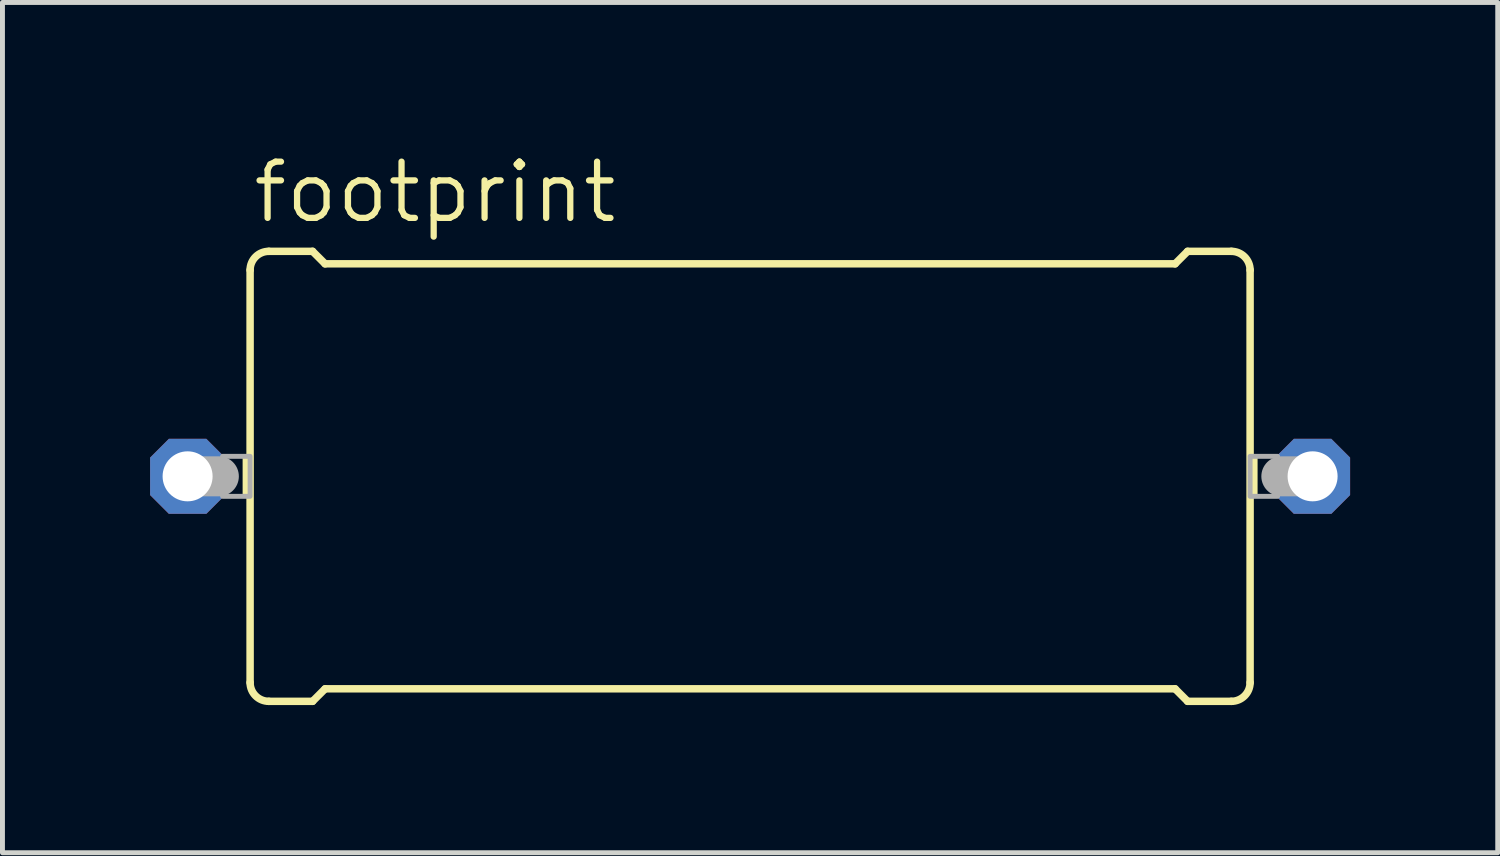
<source format=kicad_pcb>
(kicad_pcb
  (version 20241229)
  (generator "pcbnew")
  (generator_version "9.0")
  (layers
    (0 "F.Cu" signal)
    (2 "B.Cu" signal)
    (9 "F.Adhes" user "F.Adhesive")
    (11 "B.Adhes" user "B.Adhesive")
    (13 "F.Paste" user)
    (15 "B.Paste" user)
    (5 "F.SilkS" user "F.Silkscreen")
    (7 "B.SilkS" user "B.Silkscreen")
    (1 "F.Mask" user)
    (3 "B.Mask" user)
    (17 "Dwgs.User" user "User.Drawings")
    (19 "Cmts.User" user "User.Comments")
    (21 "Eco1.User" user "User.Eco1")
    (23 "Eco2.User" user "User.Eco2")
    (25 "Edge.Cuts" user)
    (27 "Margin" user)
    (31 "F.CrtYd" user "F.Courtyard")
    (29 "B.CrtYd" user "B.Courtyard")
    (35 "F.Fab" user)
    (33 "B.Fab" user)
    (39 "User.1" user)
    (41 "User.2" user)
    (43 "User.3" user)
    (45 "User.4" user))
  (footprint "footprint"
    (layer "F.Cu")
    (at 12.192 6.629)
    (property "Reference" "footprint" (at -10.16 -5.105 0) (layer "F.SilkS") (effects (font (size 1.143 1.143) (thickness 0.127)) (justify left bottom)))
    (fp_line (start -10.16 4.191) (end -10.16 -4.191) (stroke (width 0.152) (type solid)) (layer "F.SilkS"))
    (fp_line (start -9.779 -4.572) (end -8.89 -4.572) (stroke (width 0.152) (type solid)) (layer "F.SilkS"))
    (fp_line (start -9.779 4.572) (end -8.89 4.572) (stroke (width 0.152) (type solid)) (layer "F.SilkS"))
    (fp_line (start -8.636 -4.318) (end -8.89 -4.572) (stroke (width 0.152) (type solid)) (layer "F.SilkS"))
    (fp_line (start -8.636 4.318) (end -8.89 4.572) (stroke (width 0.152) (type solid)) (layer "F.SilkS"))
    (fp_line (start 8.636 -4.318) (end -8.636 -4.318) (stroke (width 0.152) (type solid)) (layer "F.SilkS"))
    (fp_line (start 8.636 -4.318) (end 8.89 -4.572) (stroke (width 0.152) (type solid)) (layer "F.SilkS"))
    (fp_line (start 8.636 4.318) (end -8.636 4.318) (stroke (width 0.152) (type solid)) (layer "F.SilkS"))
    (fp_line (start 8.636 4.318) (end 8.89 4.572) (stroke (width 0.152) (type solid)) (layer "F.SilkS"))
    (fp_line (start 9.779 -4.572) (end 8.89 -4.572) (stroke (width 0.152) (type solid)) (layer "F.SilkS"))
    (fp_line (start 9.779 4.572) (end 8.89 4.572) (stroke (width 0.152) (type solid)) (layer "F.SilkS"))
    (fp_line (start 10.16 4.191) (end 10.16 -4.191) (stroke (width 0.152) (type solid)) (layer "F.SilkS"))
    (fp_arc (start -10.16 -4.191) (mid -10.048408 -4.460408) (end -9.779 -4.572) (stroke (width 0.1524) (type solid)) (layer "F.SilkS"))
    (fp_arc (start -9.779 4.572) (mid -10.048408 4.460408) (end -10.16 4.191) (stroke (width 0.1524) (type solid)) (layer "F.SilkS"))
    (fp_arc (start 9.779 -4.572) (mid 10.048408 -4.460408) (end 10.16 -4.191) (stroke (width 0.1524) (type solid)) (layer "F.SilkS"))
    (fp_arc (start 10.16 4.191) (mid 10.048408 4.460408) (end 9.779 4.572) (stroke (width 0.1524) (type solid)) (layer "F.SilkS"))
    (fp_poly (pts (xy -10.312 0.406) (xy -10.16 0.406) (xy -10.16 -0.406) (xy -10.312 -0.406)) (stroke (width 0) (type solid)) (fill yes) (layer "F.SilkS"))
    (fp_poly (pts (xy 10.16 0.406) (xy 10.312 0.406) (xy 10.312 -0.406) (xy 10.16 -0.406)) (stroke (width 0) (type solid)) (fill yes) (layer "F.SilkS"))
    (fp_line (start -11.43 0) (end -10.795 0) (stroke (width 0.813) (type solid)) (layer "F.Fab"))
    (fp_line (start 11.43 0) (end 10.795 0) (stroke (width 0.813) (type solid)) (layer "F.Fab"))
    (fp_poly (pts (xy -10.719 0.406) (xy -10.16 0.406) (xy -10.16 -0.406) (xy -10.719 -0.406)) (stroke (width 0.1) (type solid)) (fill no) (layer "F.Fab"))
    (fp_poly (pts (xy 10.16 0.406) (xy 10.719 0.406) (xy 10.719 -0.406) (xy 10.16 -0.406)) (stroke (width 0.1) (type solid)) (fill no) (layer "F.Fab"))
    (pad "1" thru_hole roundrect (at -11.43 0) (size 1.524 1.524) (drill 1.016) (layers "*.Cu" "*.Mask") (roundrect_rratio 0.25) (chamfer_ratio 0.25) (chamfer top_left top_right bottom_left bottom_right))
    (pad "2" thru_hole roundrect (at 11.43 0) (size 1.524 1.524) (drill 1.016) (layers "*.Cu" "*.Mask") (roundrect_rratio 0.25) (chamfer_ratio 0.25) (chamfer top_left top_right bottom_left bottom_right)))
  (gr_rect
    (start -3 -3)
    (end 27.384 14.278)
    (stroke (width 0.1) (type default))
    (fill no)
    (layer "Edge.Cuts")))
</source>
